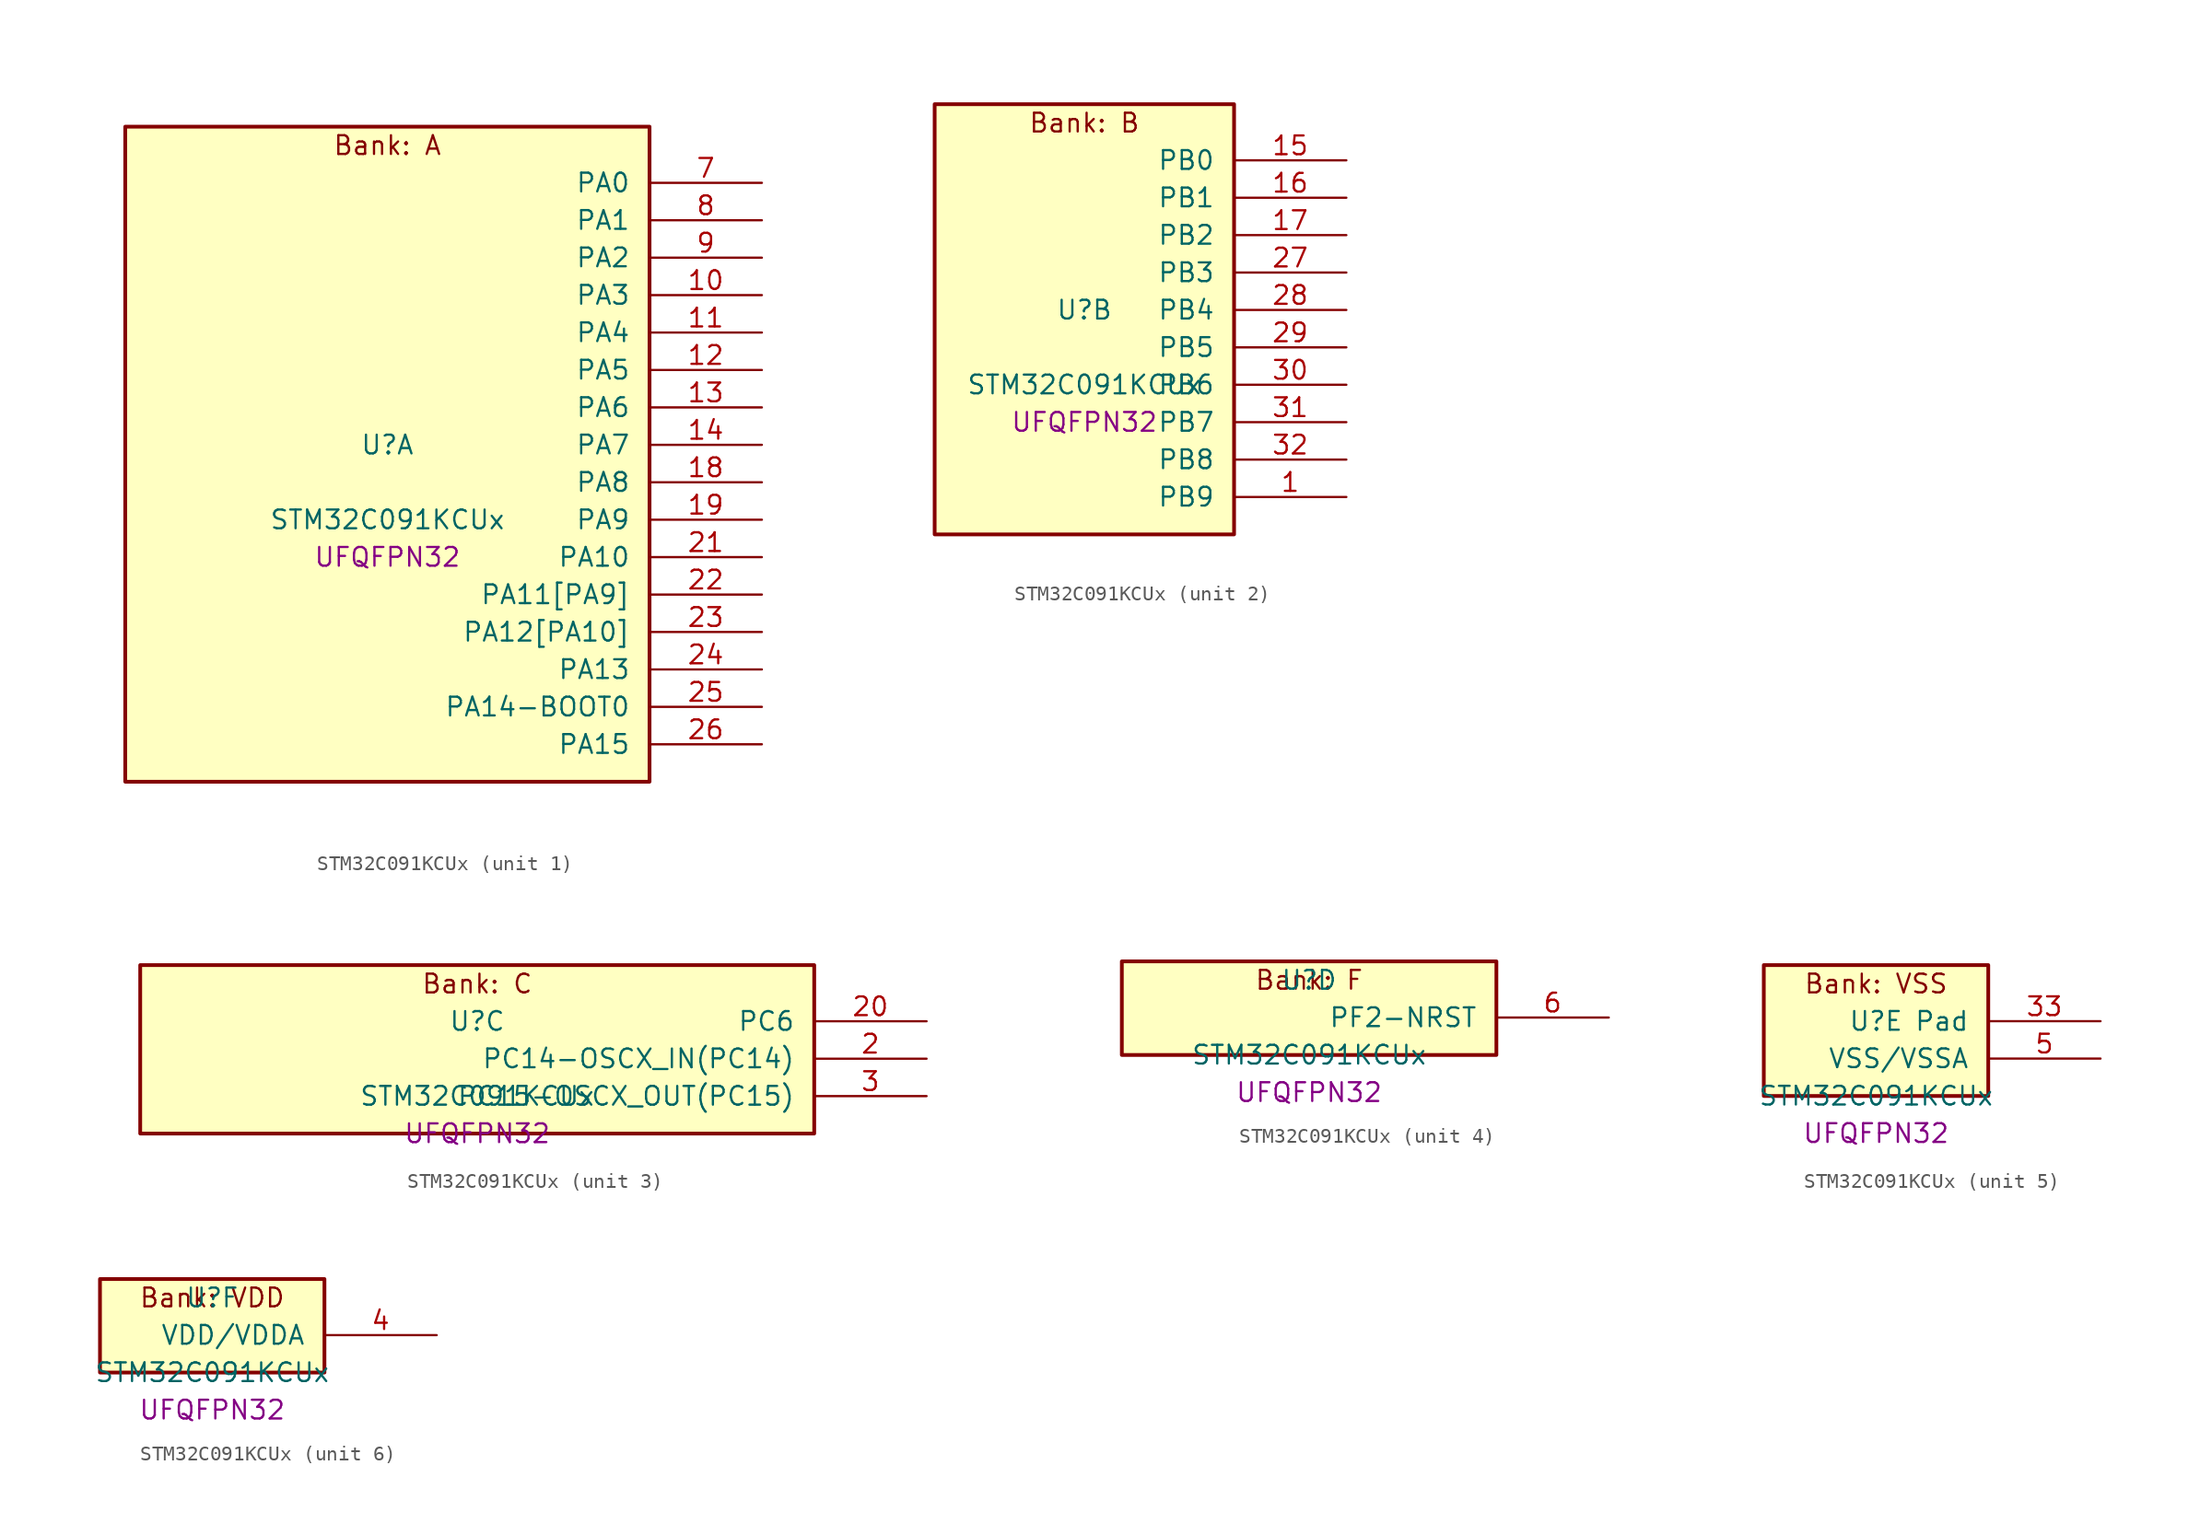
<source format=kicad_sym>
(kicad_symbol_lib
  (version 20241209)
  (generator "stm32_pkl_generator")
  (generator_version "1.0")
  (symbol "STM32C091KCUx"
    (pin_names
      (offset 1.27))
    (property "Reference" "U"
      (at 0 2.54 0))
    (property "Value" "STM32C091KCUx"
      (at 0 -2.54 0))
    (property "Footprint" "UFQFPN32"
      (at 0 -5.08 0))
    (symbol "STM32C091KCUx_1_1"
      (rectangle (start -17.78 24.13) (end 17.78 -20.32) (stroke (width 0.254) (type solid)) (fill (type background)))
      (text "Bank: A" (at 0 22.86 0))
      (pin bidirectional line (at 25.4 20.32 180) (length 7.62) (name "PA0") (number "7") (alternate "PA0/ADC1_IN0" bidirectional line) (alternate "PA0/PWR_WKUP1" bidirectional line) (alternate "PA0/SPI2_SCK" bidirectional line) (alternate "PA0/TIM16_CH1" bidirectional line) (alternate "PA0/TIM1_CH1" bidirectional line) (alternate "PA0/TIM2_CH1" bidirectional line) (alternate "PA0/TIM2_ETR" bidirectional line) (alternate "PA0/USART1_TX" bidirectional line) (alternate "PA0/USART2_CTS" bidirectional line) (alternate "PA0/USART2_NSS" bidirectional line) (alternate "PA0/USART4_TX" bidirectional line))
      (pin bidirectional line (at 25.4 17.78 180) (length 7.62) (name "PA1") (number "8") (alternate "PA1/ADC1_IN1" bidirectional line) (alternate "PA1/I2C1_SMBA" bidirectional line) (alternate "PA1/I2S1_CK" bidirectional line) (alternate "PA1/SPI1_SCK" bidirectional line) (alternate "PA1/TIM15_CH1N" bidirectional line) (alternate "PA1/TIM17_CH1" bidirectional line) (alternate "PA1/TIM1_CH2" bidirectional line) (alternate "PA1/TIM2_CH2" bidirectional line) (alternate "PA1/USART1_RX" bidirectional line) (alternate "PA1/USART2_CK" bidirectional line) (alternate "PA1/USART2_DE" bidirectional line) (alternate "PA1/USART2_RTS" bidirectional line) (alternate "PA1/USART4_RX" bidirectional line))
      (pin bidirectional line (at 25.4 15.24 180) (length 7.62) (name "PA2") (number "9") (alternate "PA2/ADC1_IN2" bidirectional line) (alternate "PA2/I2S1_SD" bidirectional line) (alternate "PA2/PWR_WKUP4" bidirectional line) (alternate "PA2/RCC_LSCO" bidirectional line) (alternate "PA2/SPI1_MOSI" bidirectional line) (alternate "PA2/TIM15_CH1" bidirectional line) (alternate "PA2/TIM16_CH1N" bidirectional line) (alternate "PA2/TIM1_CH3" bidirectional line) (alternate "PA2/TIM2_CH3" bidirectional line) (alternate "PA2/TIM3_ETR" bidirectional line) (alternate "PA2/USART2_TX" bidirectional line))
      (pin bidirectional line (at 25.4 12.7 180) (length 7.62) (name "PA3") (number "10") (alternate "PA3/ADC1_IN3" bidirectional line) (alternate "PA3/SPI2_MISO" bidirectional line) (alternate "PA3/TIM15_CH2" bidirectional line) (alternate "PA3/TIM1_CH1N" bidirectional line) (alternate "PA3/TIM1_CH4" bidirectional line) (alternate "PA3/TIM2_CH4" bidirectional line) (alternate "PA3/USART2_RX" bidirectional line))
      (pin bidirectional line (at 25.4 10.16 180) (length 7.62) (name "PA4") (number "11") (alternate "PA4/ADC1_IN4" bidirectional line) (alternate "PA4/I2S1_WS" bidirectional line) (alternate "PA4/PWR_WKUP2" bidirectional line) (alternate "PA4/RTC_OUT1" bidirectional line) (alternate "PA4/RTC_TS" bidirectional line) (alternate "PA4/SPI1_NSS" bidirectional line) (alternate "PA4/SPI2_MOSI" bidirectional line) (alternate "PA4/TIM14_CH1" bidirectional line) (alternate "PA4/TIM17_CH1N" bidirectional line) (alternate "PA4/TIM1_CH2N" bidirectional line) (alternate "PA4/USART2_TX" bidirectional line))
      (pin bidirectional line (at 25.4 7.62 180) (length 7.62) (name "PA5") (number "12") (alternate "PA5/ADC1_IN5" bidirectional line) (alternate "PA5/I2S1_CK" bidirectional line) (alternate "PA5/SPI1_SCK" bidirectional line) (alternate "PA5/TIM1_CH1" bidirectional line) (alternate "PA5/TIM1_CH3N" bidirectional line) (alternate "PA5/TIM2_CH1" bidirectional line) (alternate "PA5/TIM2_ETR" bidirectional line) (alternate "PA5/USART2_RX" bidirectional line) (alternate "PA5/USART3_TX" bidirectional line))
      (pin bidirectional line (at 25.4 5.08 180) (length 7.62) (name "PA6") (number "13") (alternate "PA6/ADC1_IN6" bidirectional line) (alternate "PA6/I2C2_SDA" bidirectional line) (alternate "PA6/I2S1_MCK" bidirectional line) (alternate "PA6/SPI1_MISO" bidirectional line) (alternate "PA6/TIM16_CH1" bidirectional line) (alternate "PA6/TIM1_BKIN" bidirectional line) (alternate "PA6/TIM3_CH1" bidirectional line) (alternate "PA6/USART3_CTS" bidirectional line) (alternate "PA6/USART3_NSS" bidirectional line))
      (pin bidirectional line (at 25.4 2.54 180) (length 7.62) (name "PA7") (number "14") (alternate "PA7/ADC1_IN7" bidirectional line) (alternate "PA7/I2C2_SCL" bidirectional line) (alternate "PA7/I2S1_SD" bidirectional line) (alternate "PA7/SPI1_MOSI" bidirectional line) (alternate "PA7/TIM14_CH1" bidirectional line) (alternate "PA7/TIM17_CH1" bidirectional line) (alternate "PA7/TIM1_CH1N" bidirectional line) (alternate "PA7/TIM3_CH2" bidirectional line))
      (pin bidirectional line (at 25.4 0 180) (length 7.62) (name "PA8") (number "18") (alternate "PA8/ADC1_IN8" bidirectional line) (alternate "PA8/I2S1_WS" bidirectional line) (alternate "PA8/RCC_MCO" bidirectional line) (alternate "PA8/RCC_MCO_2" bidirectional line) (alternate "PA8/SPI1_NSS" bidirectional line) (alternate "PA8/SPI2_MISO" bidirectional line) (alternate "PA8/SPI2_NSS" bidirectional line) (alternate "PA8/TIM14_CH1" bidirectional line) (alternate "PA8/TIM1_CH1" bidirectional line) (alternate "PA8/TIM1_CH2N" bidirectional line) (alternate "PA8/TIM1_CH3N" bidirectional line) (alternate "PA8/TIM3_CH3" bidirectional line) (alternate "PA8/TIM3_CH4" bidirectional line) (alternate "PA8/USART1_RX" bidirectional line) (alternate "PA8/USART2_TX" bidirectional line))
      (pin bidirectional line (at 25.4 -2.54 180) (length 7.62) (name "PA9") (number "19") (alternate "PA9/I2C1_SCL" bidirectional line) (alternate "PA9/I2C2_SCL" bidirectional line) (alternate "PA9/RCC_MCO" bidirectional line) (alternate "PA9/SPI2_MISO" bidirectional line) (alternate "PA9/TIM15_BKIN" bidirectional line) (alternate "PA9/TIM1_CH2" bidirectional line) (alternate "PA9/TIM3_ETR" bidirectional line) (alternate "PA9/USART1_TX" bidirectional line) (alternate "PA9/NC" bidirectional line))
      (pin bidirectional line (at 25.4 -5.08 180) (length 7.62) (name "PA10") (number "21") (alternate "PA10/I2C1_SDA" bidirectional line) (alternate "PA10/I2C2_SDA" bidirectional line) (alternate "PA10/RCC_MCO_2" bidirectional line) (alternate "PA10/SPI2_MOSI" bidirectional line) (alternate "PA10/TIM17_BKIN" bidirectional line) (alternate "PA10/TIM1_CH3" bidirectional line) (alternate "PA10/USART1_RX" bidirectional line) (alternate "PA10/NC" bidirectional line))
      (pin bidirectional line (at 25.4 -7.62 180) (length 7.62) (name "PA11[PA9]") (number "22") (alternate "PA11[PA9]/ADC1_EXTI11" bidirectional line) (alternate "PA11[PA9]/I2C2_SCL" bidirectional line) (alternate "PA11[PA9]/I2S1_MCK" bidirectional line) (alternate "PA11[PA9]/SPI1_MISO" bidirectional line) (alternate "PA11[PA9]/TIM1_BKIN2" bidirectional line) (alternate "PA11[PA9]/TIM1_CH4" bidirectional line) (alternate "PA11[PA9]/USART1_CTS" bidirectional line) (alternate "PA11[PA9]/USART1_NSS" bidirectional line) (alternate "PA11[PA9]/PA9[PA11]" bidirectional line) (alternate "PA11[PA9]/I2C1_SCL" bidirectional line) (alternate "PA11[PA9]/RCC_MCO" bidirectional line) (alternate "PA11[PA9]/SPI2_MISO" bidirectional line) (alternate "PA11[PA9]/TIM15_BKIN" bidirectional line) (alternate "PA11[PA9]/TIM1_CH2" bidirectional line) (alternate "PA11[PA9]/TIM3_ETR" bidirectional line) (alternate "PA11[PA9]/USART1_TX" bidirectional line))
      (pin bidirectional line (at 25.4 -10.16 180) (length 7.62) (name "PA12[PA10]") (number "23") (alternate "PA12[PA10]/I2C2_SDA" bidirectional line) (alternate "PA12[PA10]/I2S1_SD" bidirectional line) (alternate "PA12[PA10]/I2S_CKIN" bidirectional line) (alternate "PA12[PA10]/SPI1_MOSI" bidirectional line) (alternate "PA12[PA10]/TIM1_ETR" bidirectional line) (alternate "PA12[PA10]/USART1_CK" bidirectional line) (alternate "PA12[PA10]/USART1_DE" bidirectional line) (alternate "PA12[PA10]/USART1_RTS" bidirectional line) (alternate "PA12[PA10]/PA10[PA12]" bidirectional line) (alternate "PA12[PA10]/I2C1_SDA" bidirectional line) (alternate "PA12[PA10]/RCC_MCO_2" bidirectional line) (alternate "PA12[PA10]/SPI2_MOSI" bidirectional line) (alternate "PA12[PA10]/TIM17_BKIN" bidirectional line) (alternate "PA12[PA10]/TIM1_CH3" bidirectional line) (alternate "PA12[PA10]/USART1_RX" bidirectional line))
      (pin bidirectional line (at 25.4 -12.7 180) (length 7.62) (name "PA13") (number "24") (alternate "PA13/ADC1_IN13" bidirectional line) (alternate "PA13/DEBUG_SWDIO" bidirectional line) (alternate "PA13/IR_OUT" bidirectional line) (alternate "PA13/TIM3_ETR" bidirectional line) (alternate "PA13/USART2_RX" bidirectional line))
      (pin bidirectional line (at 25.4 -15.24 180) (length 7.62) (name "PA14-BOOT0") (number "25") (alternate "PA14-BOOT0/ADC1_IN14" bidirectional line) (alternate "PA14-BOOT0/BOOT0" bidirectional line) (alternate "PA14-BOOT0/DEBUG_SWCLK" bidirectional line) (alternate "PA14-BOOT0/I2S1_WS" bidirectional line) (alternate "PA14-BOOT0/RCC_MCO_2" bidirectional line) (alternate "PA14-BOOT0/SPI1_NSS" bidirectional line) (alternate "PA14-BOOT0/TIM1_CH1" bidirectional line) (alternate "PA14-BOOT0/USART1_CK" bidirectional line) (alternate "PA14-BOOT0/USART1_DE" bidirectional line) (alternate "PA14-BOOT0/USART1_RTS" bidirectional line) (alternate "PA14-BOOT0/USART2_RX" bidirectional line) (alternate "PA14-BOOT0/USART2_TX" bidirectional line))
      (pin bidirectional line (at 25.4 -17.78 180) (length 7.62) (name "PA15") (number "26") (alternate "PA15/I2S1_WS" bidirectional line) (alternate "PA15/RCC_MCO_2" bidirectional line) (alternate "PA15/SPI1_NSS" bidirectional line) (alternate "PA15/TIM1_CH1" bidirectional line) (alternate "PA15/TIM2_CH1" bidirectional line) (alternate "PA15/TIM2_ETR" bidirectional line) (alternate "PA15/USART1_CK" bidirectional line) (alternate "PA15/USART1_DE" bidirectional line) (alternate "PA15/USART1_RTS" bidirectional line) (alternate "PA15/USART2_RX" bidirectional line) (alternate "PA15/USART3_CK" bidirectional line) (alternate "PA15/USART3_DE" bidirectional line) (alternate "PA15/USART3_RTS" bidirectional line) (alternate "PA15/USART4_CK" bidirectional line) (alternate "PA15/USART4_DE" bidirectional line) (alternate "PA15/USART4_RTS" bidirectional line)))
    (symbol "STM32C091KCUx_2_1"
      (rectangle (start -10.16 16.51) (end 10.16 -12.7) (stroke (width 0.254) (type solid)) (fill (type background)))
      (text "Bank: B" (at 0 15.24 0))
      (pin bidirectional line (at 17.78 12.7 180) (length 7.62) (name "PB0") (number "15") (alternate "PB0/ADC1_IN17" bidirectional line) (alternate "PB0/I2S1_WS" bidirectional line) (alternate "PB0/SPI1_NSS" bidirectional line) (alternate "PB0/TIM1_CH2N" bidirectional line) (alternate "PB0/TIM3_CH3" bidirectional line) (alternate "PB0/USART3_RX" bidirectional line))
      (pin bidirectional line (at 17.78 10.16 180) (length 7.62) (name "PB1") (number "16") (alternate "PB1/ADC1_IN18" bidirectional line) (alternate "PB1/TIM14_CH1" bidirectional line) (alternate "PB1/TIM1_CH2N" bidirectional line) (alternate "PB1/TIM1_CH3N" bidirectional line) (alternate "PB1/TIM3_CH4" bidirectional line) (alternate "PB1/USART3_CK" bidirectional line) (alternate "PB1/USART3_DE" bidirectional line) (alternate "PB1/USART3_RTS" bidirectional line))
      (pin bidirectional line (at 17.78 7.62 180) (length 7.62) (name "PB2") (number "17") (alternate "PB2/ADC1_IN19" bidirectional line) (alternate "PB2/RCC_MCO_2" bidirectional line) (alternate "PB2/SPI2_MISO" bidirectional line) (alternate "PB2/USART1_RX" bidirectional line) (alternate "PB2/USART3_TX" bidirectional line))
      (pin bidirectional line (at 17.78 5.08 180) (length 7.62) (name "PB3") (number "27") (alternate "PB3/I2C2_SCL" bidirectional line) (alternate "PB3/I2S1_CK" bidirectional line) (alternate "PB3/SPI1_SCK" bidirectional line) (alternate "PB3/TIM1_CH2" bidirectional line) (alternate "PB3/TIM2_CH2" bidirectional line) (alternate "PB3/TIM3_CH2" bidirectional line) (alternate "PB3/USART1_CK" bidirectional line) (alternate "PB3/USART1_DE" bidirectional line) (alternate "PB3/USART1_RTS" bidirectional line))
      (pin bidirectional line (at 17.78 2.54 180) (length 7.62) (name "PB4") (number "28") (alternate "PB4/I2C2_SDA" bidirectional line) (alternate "PB4/I2S1_MCK" bidirectional line) (alternate "PB4/SPI1_MISO" bidirectional line) (alternate "PB4/TIM17_BKIN" bidirectional line) (alternate "PB4/TIM3_CH1" bidirectional line) (alternate "PB4/USART1_CTS" bidirectional line) (alternate "PB4/USART1_NSS" bidirectional line))
      (pin bidirectional line (at 17.78 0 180) (length 7.62) (name "PB5") (number "29") (alternate "PB5/I2C1_SMBA" bidirectional line) (alternate "PB5/I2S1_SD" bidirectional line) (alternate "PB5/PWR_WKUP6" bidirectional line) (alternate "PB5/SPI1_MOSI" bidirectional line) (alternate "PB5/TIM16_BKIN" bidirectional line) (alternate "PB5/TIM3_CH2" bidirectional line) (alternate "PB5/TIM3_CH3" bidirectional line))
      (pin bidirectional line (at 17.78 -2.54 180) (length 7.62) (name "PB6") (number "30") (alternate "PB6/I2C1_SCL" bidirectional line) (alternate "PB6/I2C1_SMBA" bidirectional line) (alternate "PB6/I2S1_CK" bidirectional line) (alternate "PB6/I2S1_MCK" bidirectional line) (alternate "PB6/I2S1_SD" bidirectional line) (alternate "PB6/PWR_WKUP3" bidirectional line) (alternate "PB6/SPI1_MISO" bidirectional line) (alternate "PB6/SPI1_MOSI" bidirectional line) (alternate "PB6/SPI1_SCK" bidirectional line) (alternate "PB6/SPI2_MISO" bidirectional line) (alternate "PB6/TIM16_BKIN" bidirectional line) (alternate "PB6/TIM16_CH1N" bidirectional line) (alternate "PB6/TIM1_CH2" bidirectional line) (alternate "PB6/TIM1_CH3" bidirectional line) (alternate "PB6/TIM3_CH1" bidirectional line) (alternate "PB6/TIM3_CH2" bidirectional line) (alternate "PB6/TIM3_CH3" bidirectional line) (alternate "PB6/USART1_CTS" bidirectional line) (alternate "PB6/USART1_NSS" bidirectional line) (alternate "PB6/USART1_TX" bidirectional line))
      (pin bidirectional line (at 17.78 -5.08 180) (length 7.62) (name "PB7") (number "31") (alternate "PB7/I2C1_SCL" bidirectional line) (alternate "PB7/I2C1_SDA" bidirectional line) (alternate "PB7/RTC_REFIN" bidirectional line) (alternate "PB7/SPI2_MOSI" bidirectional line) (alternate "PB7/TIM16_CH1" bidirectional line) (alternate "PB7/TIM17_CH1N" bidirectional line) (alternate "PB7/TIM1_CH4" bidirectional line) (alternate "PB7/TIM3_CH1" bidirectional line) (alternate "PB7/TIM3_CH4" bidirectional line) (alternate "PB7/USART1_RX" bidirectional line) (alternate "PB7/USART2_CTS" bidirectional line) (alternate "PB7/USART2_NSS" bidirectional line) (alternate "PB7/USART4_CTS" bidirectional line) (alternate "PB7/USART4_NSS" bidirectional line))
      (pin bidirectional line (at 17.78 -7.62 180) (length 7.62) (name "PB8") (number "32") (alternate "PB8/I2C1_SCL" bidirectional line) (alternate "PB8/SPI2_SCK" bidirectional line) (alternate "PB8/TIM15_BKIN" bidirectional line) (alternate "PB8/TIM16_CH1" bidirectional line) (alternate "PB8/TIM3_CH1" bidirectional line) (alternate "PB8/USART2_CTS" bidirectional line) (alternate "PB8/USART2_NSS" bidirectional line) (alternate "PB8/USART3_TX" bidirectional line))
      (pin bidirectional line (at 17.78 -10.16 180) (length 7.62) (name "PB9") (number "1") (alternate "PB9/I2C1_SDA" bidirectional line) (alternate "PB9/IR_OUT" bidirectional line) (alternate "PB9/SPI2_NSS" bidirectional line) (alternate "PB9/TIM17_CH1" bidirectional line) (alternate "PB9/TIM3_CH2" bidirectional line) (alternate "PB9/USART2_CK" bidirectional line) (alternate "PB9/USART2_DE" bidirectional line) (alternate "PB9/USART2_RTS" bidirectional line) (alternate "PB9/USART3_RX" bidirectional line)))
    (symbol "STM32C091KCUx_3_1"
      (rectangle (start -22.86 6.35) (end 22.86 -5.08) (stroke (width 0.254) (type solid)) (fill (type background)))
      (text "Bank: C" (at 0 5.08 0))
      (pin bidirectional line (at 30.48 2.54 180) (length 7.62) (name "PC6") (number "20") (alternate "PC6/TIM2_CH3" bidirectional line) (alternate "PC6/TIM3_CH1" bidirectional line))
      (pin bidirectional line (at 30.48 0 180) (length 7.62) (name "PC14-OSCX_IN(PC14)") (number "2") (alternate "PC14-OSCX_IN(PC14)/I2C1_SDA" bidirectional line) (alternate "PC14-OSCX_IN(PC14)/IR_OUT" bidirectional line) (alternate "PC14-OSCX_IN(PC14)/RCC_OSCX_IN" bidirectional line) (alternate "PC14-OSCX_IN(PC14)/SPI2_NSS" bidirectional line) (alternate "PC14-OSCX_IN(PC14)/TIM17_CH1" bidirectional line) (alternate "PC14-OSCX_IN(PC14)/TIM1_BKIN2" bidirectional line) (alternate "PC14-OSCX_IN(PC14)/TIM1_ETR" bidirectional line) (alternate "PC14-OSCX_IN(PC14)/TIM3_CH2" bidirectional line) (alternate "PC14-OSCX_IN(PC14)/USART1_TX" bidirectional line) (alternate "PC14-OSCX_IN(PC14)/USART2_CK" bidirectional line) (alternate "PC14-OSCX_IN(PC14)/USART2_DE" bidirectional line) (alternate "PC14-OSCX_IN(PC14)/USART2_RTS" bidirectional line) (alternate "PC14-OSCX_IN(PC14)/USART3_TX" bidirectional line))
      (pin bidirectional line (at 30.48 -2.54 180) (length 7.62) (name "PC15-OSCX_OUT(PC15)") (number "3") (alternate "PC15-OSCX_OUT(PC15)/RCC_OSC32_EN" bidirectional line) (alternate "PC15-OSCX_OUT(PC15)/RCC_OSCX_OUT" bidirectional line) (alternate "PC15-OSCX_OUT(PC15)/RCC_OSC_EN" bidirectional line) (alternate "PC15-OSCX_OUT(PC15)/TIM15_BKIN" bidirectional line) (alternate "PC15-OSCX_OUT(PC15)/TIM1_ETR" bidirectional line) (alternate "PC15-OSCX_OUT(PC15)/TIM3_CH3" bidirectional line)))
    (symbol "STM32C091KCUx_4_1"
      (rectangle (start -12.7 3.81) (end 12.7 -2.54) (stroke (width 0.254) (type solid)) (fill (type background)))
      (text "Bank: F" (at 0 2.54 0))
      (pin bidirectional line (at 20.32 0 180) (length 7.62) (name "PF2-NRST") (number "6") (alternate "PF2-NRST/RCC_MCO" bidirectional line) (alternate "PF2-NRST/TIM1_CH4" bidirectional line)))
    (symbol "STM32C091KCUx_5_1"
      (rectangle (start -7.62 6.35) (end 7.62 -2.54) (stroke (width 0.254) (type solid)) (fill (type background)))
      (text "Bank: VSS" (at 0 5.08 0))
      (pin passive line (at 15.24 2.54 180) (length 7.62) (name "Pad") (number "33"))
      (pin power_in line (at 15.24 0 180) (length 7.62) (name "VSS/VSSA") (number "5")))
    (symbol "STM32C091KCUx_6_1"
      (rectangle (start -7.62 3.81) (end 7.62 -2.54) (stroke (width 0.254) (type solid)) (fill (type background)))
      (text "Bank: VDD" (at 0 2.54 0))
      (pin power_in line (at 15.24 0 180) (length 7.62) (name "VDD/VDDA") (number "4")))))
</source>
